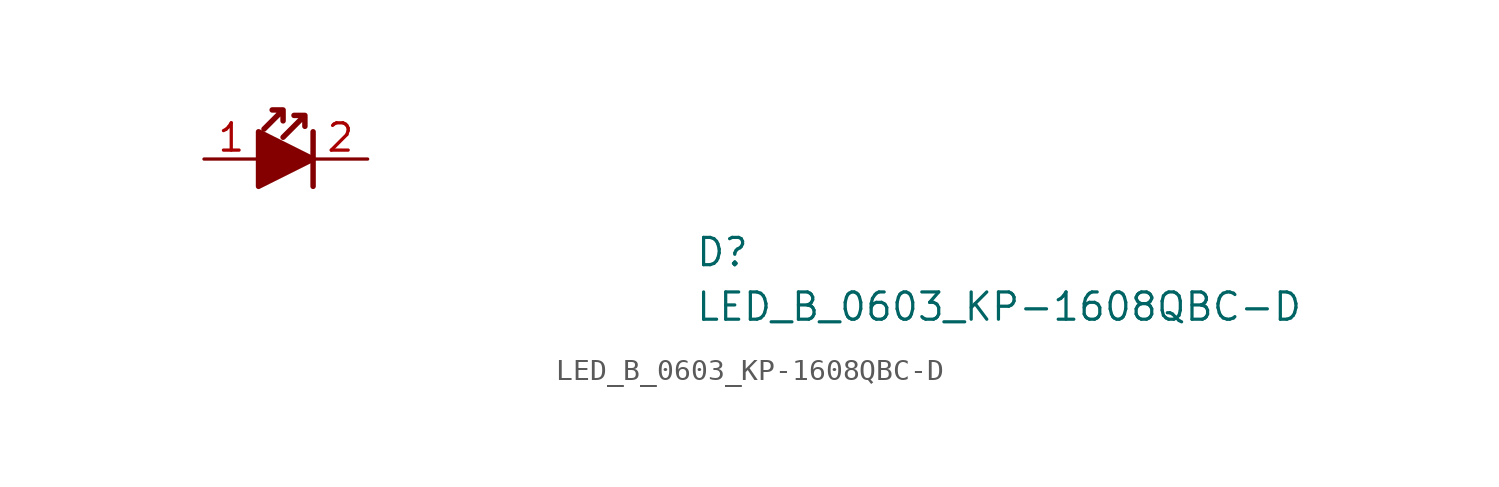
<source format=kicad_sym>
(kicad_symbol_lib
  (version 20211014)
  (generator kicad_symbol_editor)
  (symbol "LED_B_0603_KP-1608QBC-D"
    (pin_names hide)
    (property "Reference" "D"
      (at 22.86 -5.08 0)
      (effects (font (size 1.27 1.27) (thickness 0.15)) (justify left bottom)))
    (property "Value" "LED_B_0603_KP-1608QBC-D"
      (at 22.86 -7.62 0)
      (effects (font (size 1.27 1.27) (thickness 0.15)) (justify left bottom)))
    (symbol "LED_B_0603_KP-1608QBC-D_1_1"
      (polyline (pts (xy 5.08 1.27) (xy 5.08 -1.27)) (stroke (width 0.254) (type default) (color 0 0 0 0)) (fill (type none)))
      (polyline (pts (xy 2.54 1.27) (xy 2.54 -1.27) (xy 5.08 0) (xy 2.54 1.27)) (stroke (width 0.254) (type default) (color 0 0 0 0)) (fill (type outline)))
      (polyline (pts (xy 3.683 2.286) (xy 3.683 1.778) (xy 3.683 2.286) (xy 3.175 2.286) (xy 3.683 2.286) (xy 2.794 1.397)) (stroke (width 0.254) (type default) (color 0 0 0 0)) (fill (type none)))
      (polyline (pts (xy 4.699 2.032) (xy 4.699 1.524) (xy 4.699 2.032) (xy 4.191 2.032) (xy 4.699 2.032) (xy 3.683 1.016)) (stroke (width 0.254) (type default) (color 0 0 0 0)) (fill (type none)))
      (pin passive line (at 0 0 0) (length 2.54) (name "1" (effects (font (size 1.27 1.27)))) (number "1" (effects (font (size 1.27 1.27)))))
      (pin passive line (at 7.62 0 180) (length 2.54) (name "2" (effects (font (size 1.27 1.27)))) (number "2" (effects (font (size 1.27 1.27))))))))
</source>
